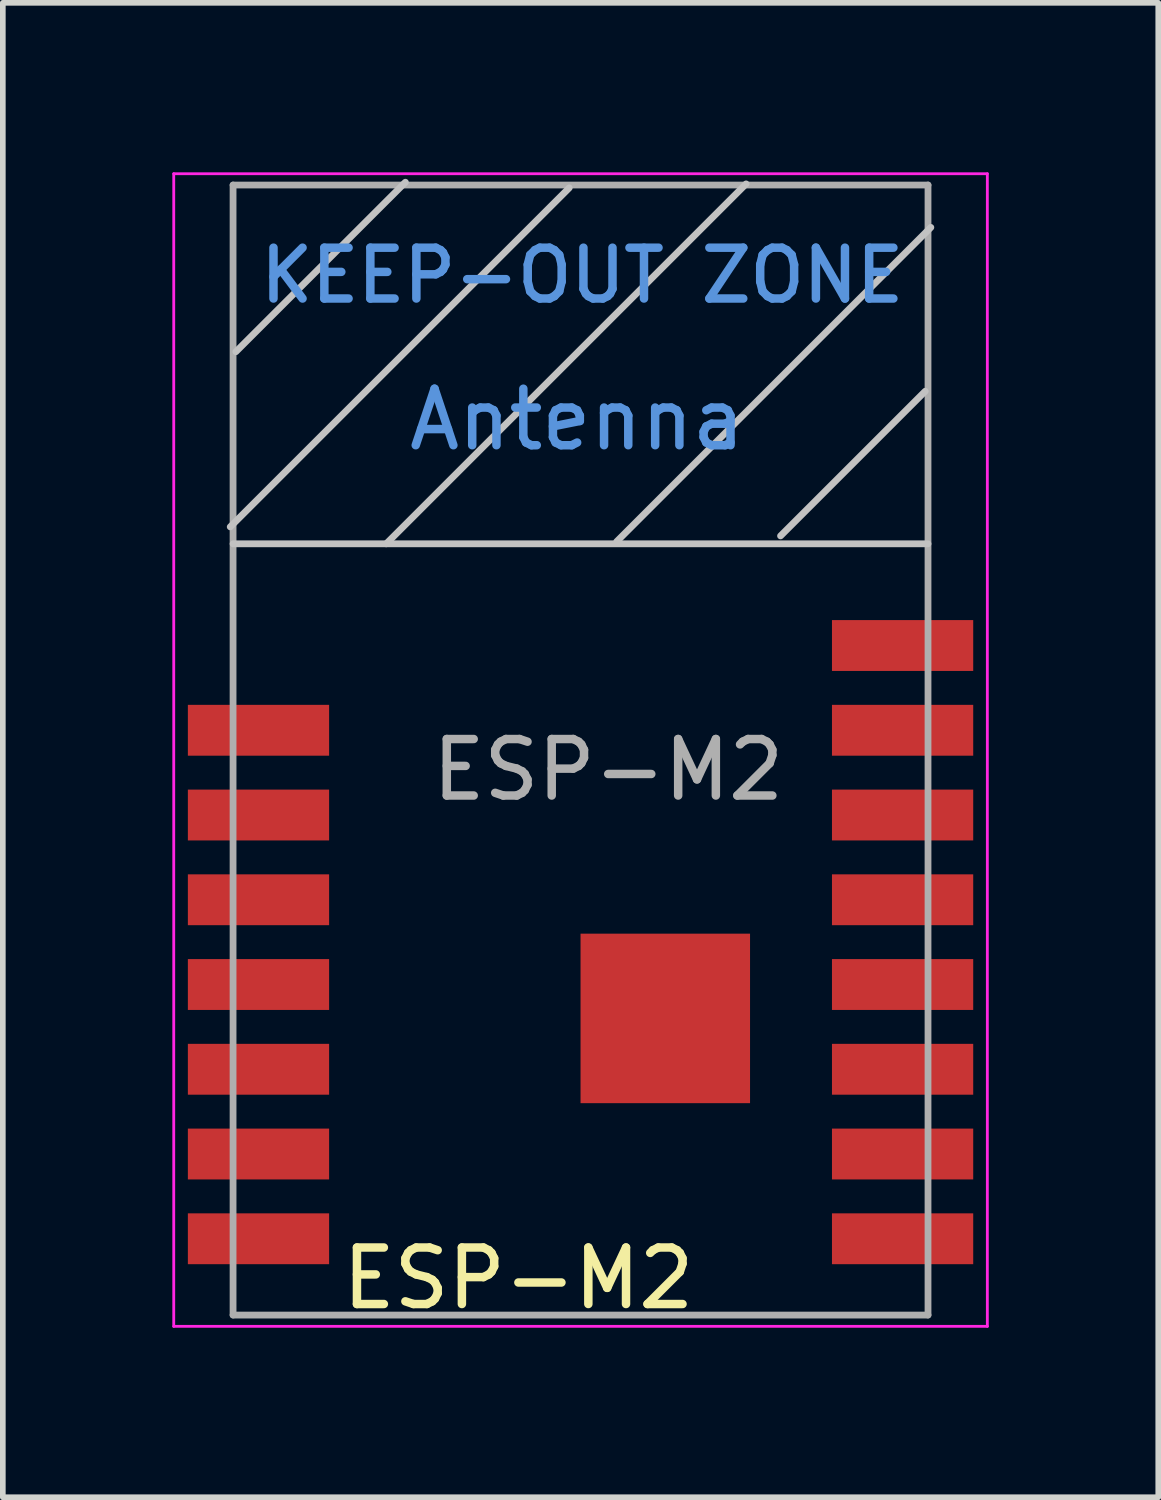
<source format=kicad_pcb>
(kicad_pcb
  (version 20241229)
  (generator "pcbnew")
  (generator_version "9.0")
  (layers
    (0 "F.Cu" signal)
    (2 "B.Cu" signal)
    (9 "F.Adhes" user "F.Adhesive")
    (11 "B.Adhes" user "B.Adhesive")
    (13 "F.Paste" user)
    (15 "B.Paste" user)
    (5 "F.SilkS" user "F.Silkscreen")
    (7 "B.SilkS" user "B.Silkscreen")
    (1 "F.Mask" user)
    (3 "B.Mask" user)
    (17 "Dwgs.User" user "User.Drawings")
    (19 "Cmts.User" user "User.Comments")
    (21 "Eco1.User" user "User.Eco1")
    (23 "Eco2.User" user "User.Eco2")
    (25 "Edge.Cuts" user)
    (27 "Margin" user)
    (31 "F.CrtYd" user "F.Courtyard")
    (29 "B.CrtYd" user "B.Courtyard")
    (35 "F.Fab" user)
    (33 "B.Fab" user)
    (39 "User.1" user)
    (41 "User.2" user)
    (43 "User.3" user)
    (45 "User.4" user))
  (footprint "ESP-M2"
    (layer "F.Cu")
    (at 7.225 11.375)
    (property "Reference" "ESP-M2" (at -1.1 8.2 0) (layer "F.SilkS") (effects (font (size 1 1) (thickness 0.15))))
    (attr smd)
    (fp_line (start -6.2 -5.1) (end -0.2 -11.1) (stroke (width 0.12) (type solid)) (layer "Dwgs.User"))
    (fp_line (start -6.1 -8.2) (end -3.1 -11.2) (stroke (width 0.12) (type solid)) (layer "Dwgs.User"))
    (fp_line (start -3.44 -4.8) (end 2.93 -11.17) (stroke (width 0.12) (type solid)) (layer "Dwgs.User"))
    (fp_line (start 0.64 -4.84) (end 6.2 -10.4) (stroke (width 0.12) (type solid)) (layer "Dwgs.User"))
    (fp_line (start 3.54 -4.94) (end 6.1 -7.5) (stroke (width 0.12) (type solid)) (layer "Dwgs.User"))
    (fp_line (start 6.15 -4.8) (end -6.15 -4.8) (stroke (width 0.12) (type solid)) (layer "Dwgs.User"))
    (fp_line (start -7.2 -11.35) (end -7.2 9.05) (stroke (width 0.05) (type solid)) (layer "F.CrtYd"))
    (fp_line (start -7.2 -11.35) (end 7.2 -11.35) (stroke (width 0.05) (type solid)) (layer "F.CrtYd"))
    (fp_line (start 7.2 -11.35) (end 7.2 9.05) (stroke (width 0.05) (type solid)) (layer "F.CrtYd"))
    (fp_line (start 7.2 9.05) (end -7.2 9.05) (stroke (width 0.05) (type solid)) (layer "F.CrtYd"))
    (fp_line (start -6.15 -11.15) (end 6.15 -11.15) (stroke (width 0.12) (type solid)) (layer "F.Fab"))
    (fp_line (start -6.15 8.85) (end -6.15 -11.15) (stroke (width 0.12) (type solid)) (layer "F.Fab"))
    (fp_line (start 6.15 -11.15) (end 6.15 8.85) (stroke (width 0.12) (type solid)) (layer "F.Fab"))
    (fp_line (start 6.15 8.85) (end -6.15 8.85) (stroke (width 0.12) (type solid)) (layer "F.Fab"))
    (fp_text user "Antenna" (at -0.06 -7 180) (layer "Cmts.User") (effects (font (size 1 1) (thickness 0.15))))
    (fp_text user "KEEP-OUT ZONE" (at 0.03 -9.55 180) (layer "Cmts.User") (effects (font (size 0.9 0.9) (thickness 0.15))))
    (fp_text user "${REFERENCE}" (at 0.49 -0.8 0) (layer "F.Fab") (effects (font (size 1 1) (thickness 0.15))))
    (pad "1" smd rect (at -5.7 -1.5) (size 2.5 0.9) (layers "F.Cu" "F.Mask" "F.Paste"))
    (pad "2" smd rect (at -5.7 0) (size 2.5 0.9) (layers "F.Cu" "F.Mask" "F.Paste"))
    (pad "3" smd rect (at -5.7 1.5) (size 2.5 0.9) (layers "F.Cu" "F.Mask" "F.Paste"))
    (pad "4" smd rect (at -5.7 3) (size 2.5 0.9) (layers "F.Cu" "F.Mask" "F.Paste"))
    (pad "5" smd rect (at -5.7 4.5) (size 2.5 0.9) (layers "F.Cu" "F.Mask" "F.Paste"))
    (pad "6" smd rect (at -5.7 6) (size 2.5 0.9) (layers "F.Cu" "F.Mask" "F.Paste"))
    (pad "7" smd rect (at -5.7 7.5) (size 2.5 0.9) (layers "F.Cu" "F.Mask" "F.Paste"))
    (pad "8" smd rect (at 1.5 3.6) (size 3 3) (layers "F.Cu" "F.Mask" "F.Paste"))
    (pad "8" smd rect (at 5.7 7.5) (size 2.5 0.9) (layers "F.Cu" "F.Mask" "F.Paste"))
    (pad "9" smd rect (at 5.7 6) (size 2.5 0.9) (layers "F.Cu" "F.Mask" "F.Paste"))
    (pad "10" smd rect (at 5.7 4.5) (size 2.5 0.9) (layers "F.Cu" "F.Mask" "F.Paste"))
    (pad "11" smd rect (at 5.7 3) (size 2.5 0.9) (layers "F.Cu" "F.Mask" "F.Paste"))
    (pad "12" smd rect (at 5.7 1.5) (size 2.5 0.9) (layers "F.Cu" "F.Mask" "F.Paste"))
    (pad "13" smd rect (at 5.7 0) (size 2.5 0.9) (layers "F.Cu" "F.Mask" "F.Paste"))
    (pad "14" smd rect (at 5.7 -1.5) (size 2.5 0.9) (layers "F.Cu" "F.Mask" "F.Paste"))
    (pad "15" smd rect (at 5.7 -3) (size 2.5 0.9) (layers "F.Cu" "F.Mask" "F.Paste")))
  (gr_rect
    (start -3 -3)
    (end 17.45 23.45)
    (stroke (width 0.1) (type default))
    (fill no)
    (layer "Edge.Cuts")))
</source>
